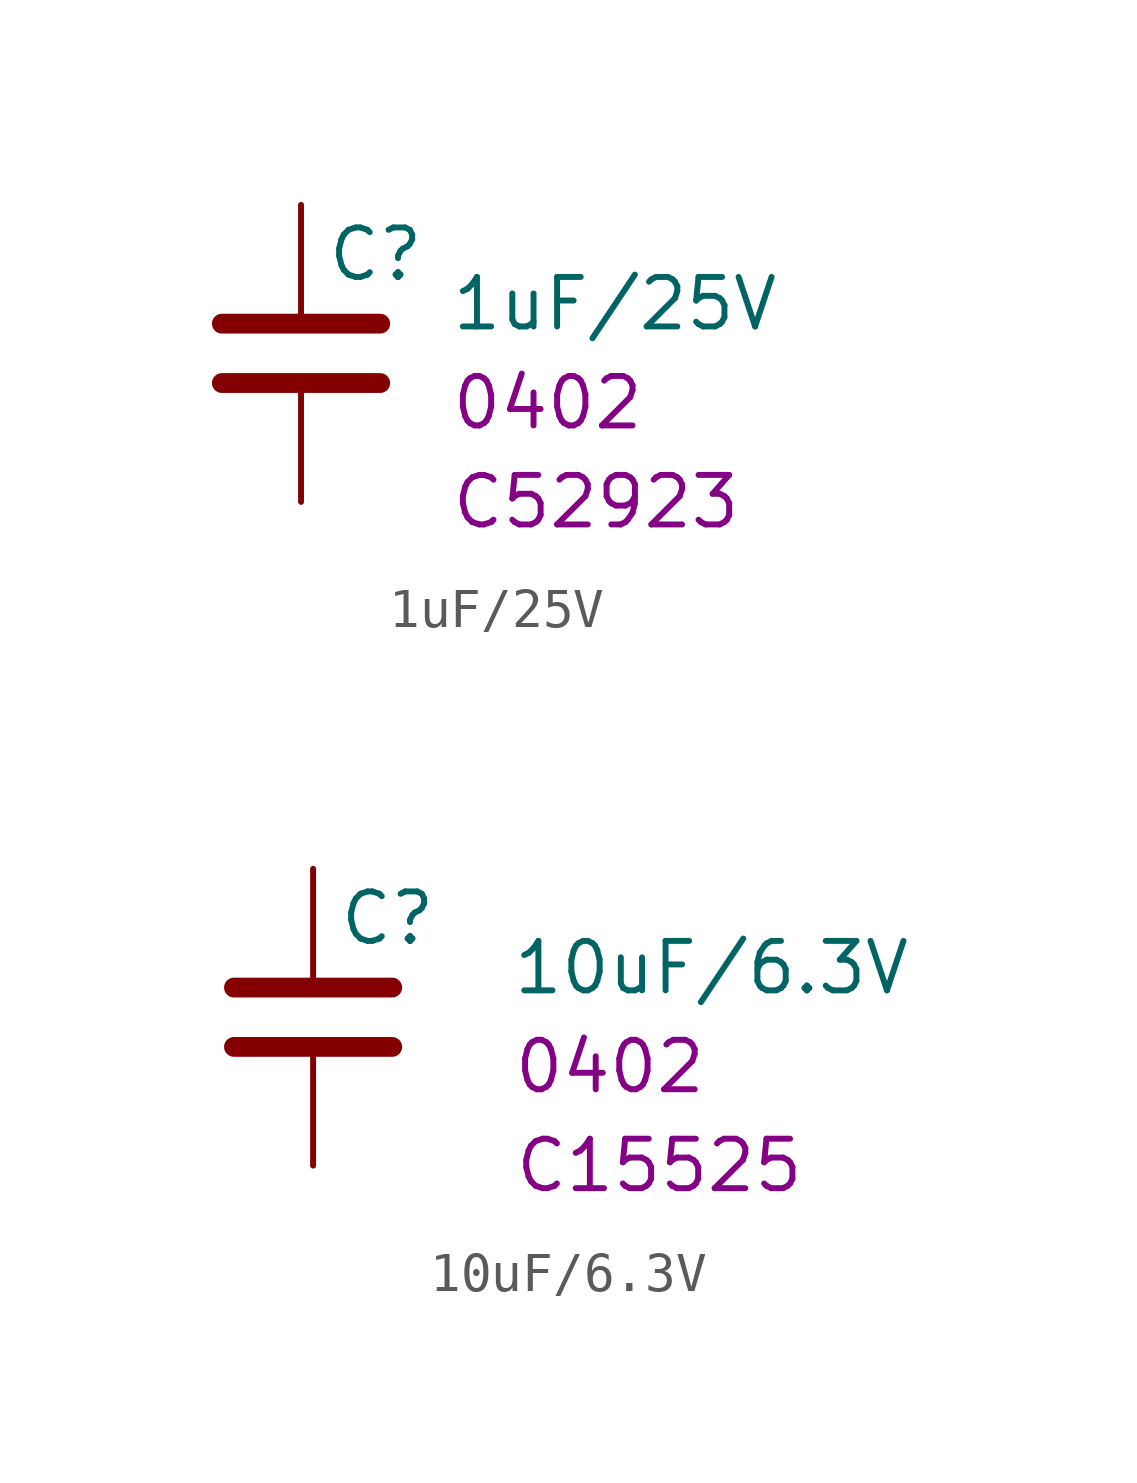
<source format=kicad_sym>
(kicad_symbol_lib
  (version 20220914)
  (generator kicad_symbol_editor)
  (symbol "1uF/25V"
    (pin_numbers hide)
    (pin_names
      (offset 0.254))
    (property "Reference" "C"
      (at 0.635 2.54 0)
      (effects (font (size 1.27 1.27)) (justify left)))
    (property "Value" "1uF/25V"
      (at 3.81 1.27 0)
      (effects (font (size 1.27 1.27)) (justify left)))
    (property "LCSC" "C52923"
      (at 3.81 -3.81 0)
      (effects (font (size 1.27 1.27)) (justify left)))
    (property "Package" "0402"
      (at 3.81 -1.27 0)
      (effects (font (size 1.27 1.27)) (justify left)))
    (symbol "1uF/25V_0_1"
      (polyline (pts (xy -2.032 -0.762) (xy 2.032 -0.762)) (stroke (width 0.508) (type default)) (fill (type none)))
      (polyline (pts (xy -2.032 0.762) (xy 2.032 0.762)) (stroke (width 0.508) (type default)) (fill (type none))))
    (symbol "1uF/25V_1_1"
      (pin passive line (at 0 3.81 270) (length 2.794) (name "~" (effects (font (size 1.27 1.27)))) (number "1" (effects (font (size 1.27 1.27)))))
      (pin passive line (at 0 -3.81 90) (length 2.794) (name "~" (effects (font (size 1.27 1.27)))) (number "2" (effects (font (size 1.27 1.27)))))))
  (symbol "10uF/6.3V"
    (pin_numbers hide)
    (pin_names
      (offset 0.254))
    (property "Reference" "C"
      (at 0.635 2.54 0)
      (effects (font (size 1.27 1.27)) (justify left)))
    (property "Value" "10uF/6.3V"
      (at 5.08 1.27 0)
      (effects (font (size 1.27 1.27)) (justify left)))
    (property "LCSC" "C15525"
      (at 8.89 -3.81 0)
      (effects (font (size 1.27 1.27))))
    (property "Package" "0402"
      (at 7.62 -1.27 0)
      (effects (font (size 1.27 1.27))))
    (symbol "10uF/6.3V_0_1"
      (polyline (pts (xy -2.032 -0.762) (xy 2.032 -0.762)) (stroke (width 0.508) (type default)) (fill (type none)))
      (polyline (pts (xy -2.032 0.762) (xy 2.032 0.762)) (stroke (width 0.508) (type default)) (fill (type none))))
    (symbol "10uF/6.3V_1_1"
      (pin passive line (at 0 3.81 270) (length 2.794) (name "~" (effects (font (size 1.27 1.27)))) (number "1" (effects (font (size 1.27 1.27)))))
      (pin passive line (at 0 -3.81 90) (length 2.794) (name "~" (effects (font (size 1.27 1.27)))) (number "2" (effects (font (size 1.27 1.27))))))))
</source>
